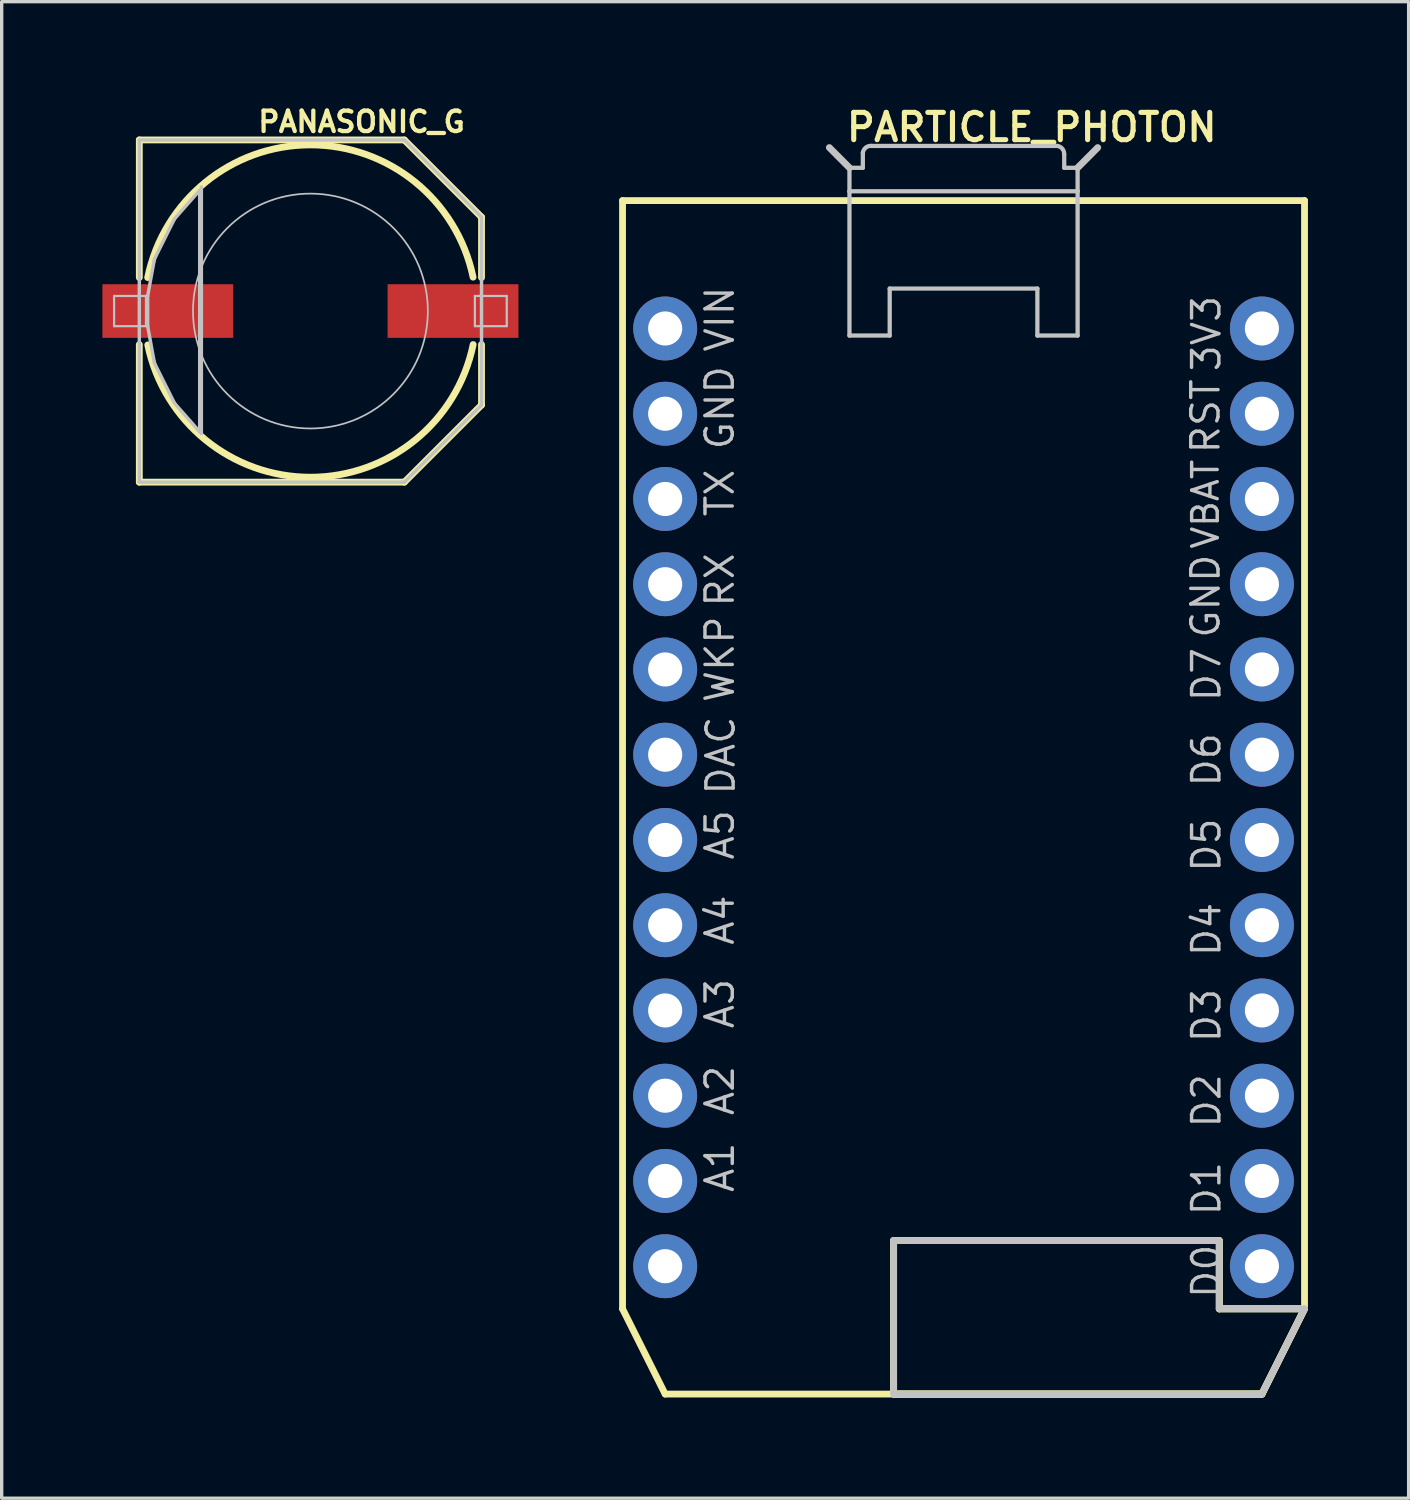
<source format=kicad_pcb>
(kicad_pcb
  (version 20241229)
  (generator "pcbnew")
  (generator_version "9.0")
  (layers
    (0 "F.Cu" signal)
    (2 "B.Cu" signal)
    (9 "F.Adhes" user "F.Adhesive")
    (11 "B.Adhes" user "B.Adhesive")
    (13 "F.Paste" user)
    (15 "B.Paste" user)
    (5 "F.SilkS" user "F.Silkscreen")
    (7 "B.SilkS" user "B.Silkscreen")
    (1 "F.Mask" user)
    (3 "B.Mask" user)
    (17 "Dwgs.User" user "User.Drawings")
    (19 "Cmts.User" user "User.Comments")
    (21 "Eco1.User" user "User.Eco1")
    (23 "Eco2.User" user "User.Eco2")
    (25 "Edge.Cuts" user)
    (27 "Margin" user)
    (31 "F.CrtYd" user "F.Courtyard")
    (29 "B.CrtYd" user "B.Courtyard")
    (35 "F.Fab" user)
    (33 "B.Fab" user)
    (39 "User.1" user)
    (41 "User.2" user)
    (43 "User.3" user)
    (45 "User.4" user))
  (footprint "PARTICLE_PHOTON"
    (layer "F.Cu")
    (at 25.659 20.707)
    (property "Reference" "PARTICLE_PHOTON" (at 2.032 -19.964 0) (layer "F.SilkS") (effects (font (size 0.813 0.813) (thickness 0.152))))
    (attr exclude_from_pos_files exclude_from_bom)
    (fp_line (start -10.16 -17.78) (end 10.16 -17.78) (stroke (width 0.203) (type solid)) (layer "F.SilkS"))
    (fp_line (start -10.16 15.24) (end -10.16 -17.78) (stroke (width 0.203) (type solid)) (layer "F.SilkS"))
    (fp_line (start -8.89 17.78) (end -10.16 15.24) (stroke (width 0.203) (type solid)) (layer "F.SilkS"))
    (fp_line (start -2.083 13.208) (end -2.083 17.78) (stroke (width 0.203) (type solid)) (layer "F.SilkS"))
    (fp_line (start -2.083 13.208) (end -2.083 17.78) (stroke (width 0.203) (type solid)) (layer "F.SilkS"))
    (fp_line (start -2.083 17.78) (end 8.89 17.78) (stroke (width 0.203) (type solid)) (layer "F.SilkS"))
    (fp_line (start -2.083 17.78) (end 8.89 17.78) (stroke (width 0.203) (type solid)) (layer "F.SilkS"))
    (fp_line (start 7.62 13.208) (end -2.083 13.208) (stroke (width 0.203) (type solid)) (layer "F.SilkS"))
    (fp_line (start 7.62 13.208) (end -2.083 13.208) (stroke (width 0.203) (type solid)) (layer "F.SilkS"))
    (fp_line (start 7.62 15.24) (end 7.62 13.208) (stroke (width 0.203) (type solid)) (layer "F.SilkS"))
    (fp_line (start 7.62 15.24) (end 7.62 13.208) (stroke (width 0.203) (type solid)) (layer "F.SilkS"))
    (fp_line (start 8.89 17.78) (end -8.89 17.78) (stroke (width 0.203) (type solid)) (layer "F.SilkS"))
    (fp_line (start 8.89 17.78) (end 10.16 15.24) (stroke (width 0.203) (type solid)) (layer "F.SilkS"))
    (fp_line (start 8.89 17.78) (end 10.16 15.24) (stroke (width 0.203) (type solid)) (layer "F.SilkS"))
    (fp_line (start 10.16 -17.78) (end 10.16 15.24) (stroke (width 0.203) (type solid)) (layer "F.SilkS"))
    (fp_line (start 10.16 15.24) (end 7.62 15.24) (stroke (width 0.203) (type solid)) (layer "F.SilkS"))
    (fp_line (start 10.16 15.24) (end 7.62 15.24) (stroke (width 0.203) (type solid)) (layer "F.SilkS"))
    (fp_line (start 10.16 15.24) (end 8.89 17.78) (stroke (width 0.203) (type solid)) (layer "F.SilkS"))
    (fp_line (start -3.399 -18.758) (end -3.998 -19.36) (stroke (width 0.203) (type solid)) (layer "Dwgs.User"))
    (fp_line (start -3.399 -18.059) (end -3.399 -18.758) (stroke (width 0.127) (type solid)) (layer "Dwgs.User"))
    (fp_line (start -3.399 -13.759) (end -3.399 -18.059) (stroke (width 0.127) (type solid)) (layer "Dwgs.User"))
    (fp_line (start -3.399 -13.759) (end -2.2 -13.759) (stroke (width 0.127) (type solid)) (layer "Dwgs.User"))
    (fp_line (start -3 -19.207) (end -3 -18.758) (stroke (width 0.127) (type solid)) (layer "Dwgs.User"))
    (fp_line (start -3 -18.758) (end -3.399 -18.758) (stroke (width 0.127) (type solid)) (layer "Dwgs.User"))
    (fp_line (start -2.2 -15.159) (end -2.2 -13.759) (stroke (width 0.127) (type solid)) (layer "Dwgs.User"))
    (fp_line (start -2.083 13.208) (end -2.083 17.78) (stroke (width 0.203) (type solid)) (layer "Dwgs.User"))
    (fp_line (start -2.083 17.78) (end 8.89 17.78) (stroke (width 0.203) (type solid)) (layer "Dwgs.User"))
    (fp_line (start 2.2 -15.159) (end -2.2 -15.159) (stroke (width 0.127) (type solid)) (layer "Dwgs.User"))
    (fp_line (start 2.2 -15.159) (end 2.2 -13.759) (stroke (width 0.127) (type solid)) (layer "Dwgs.User"))
    (fp_line (start 2.799 -19.408) (end -2.748 -19.408) (stroke (width 0.127) (type solid)) (layer "Dwgs.User"))
    (fp_line (start 3 -18.758) (end 3 -19.159) (stroke (width 0.127) (type solid)) (layer "Dwgs.User"))
    (fp_line (start 3.399 -18.758) (end 3 -18.758) (stroke (width 0.127) (type solid)) (layer "Dwgs.User"))
    (fp_line (start 3.399 -18.758) (end 3.399 -18.059) (stroke (width 0.127) (type solid)) (layer "Dwgs.User"))
    (fp_line (start 3.399 -18.758) (end 3.998 -19.36) (stroke (width 0.203) (type solid)) (layer "Dwgs.User"))
    (fp_line (start 3.399 -18.059) (end -3.399 -18.059) (stroke (width 0.127) (type solid)) (layer "Dwgs.User"))
    (fp_line (start 3.399 -18.059) (end 3.399 -13.759) (stroke (width 0.127) (type solid)) (layer "Dwgs.User"))
    (fp_line (start 3.399 -13.759) (end 2.2 -13.759) (stroke (width 0.127) (type solid)) (layer "Dwgs.User"))
    (fp_line (start 7.62 13.208) (end -2.083 13.208) (stroke (width 0.203) (type solid)) (layer "Dwgs.User"))
    (fp_line (start 7.62 15.24) (end 7.62 13.208) (stroke (width 0.203) (type solid)) (layer "Dwgs.User"))
    (fp_line (start 10.16 15.24) (end 7.62 15.24) (stroke (width 0.203) (type solid)) (layer "Dwgs.User"))
    (fp_line (start 10.16 15.24) (end 8.89 17.78) (stroke (width 0.203) (type solid)) (layer "Dwgs.User"))
    (fp_arc (start -2.99974 -19.20748) (mid -2.914465 -19.357069) (end -2.750764 -19.410461) (stroke (width 0.127) (type solid)) (layer "Dwgs.User"))
    (fp_arc (start 2.79908 -19.40814) (mid 2.946301 -19.321817) (end 2.997236 -19.158933) (stroke (width 0.127) (type solid)) (layer "Dwgs.User"))
    (fp_text user "D7" (at 7.236 -3.658 270) (layer "Dwgs.User") (effects (font (size 0.813 0.813) (thickness 0.102))))
    (fp_text user "D4" (at 7.236 3.937 270) (layer "Dwgs.User") (effects (font (size 0.813 0.813) (thickness 0.102))))
    (fp_text user "GND" (at 7.211 -5.994 270) (layer "Dwgs.User") (effects (font (size 0.813 0.813) (thickness 0.102))))
    (fp_text user "A4" (at -7.262 3.658 90) (layer "Dwgs.User") (effects (font (size 0.813 0.813) (thickness 0.102))))
    (fp_text user "TX" (at -7.262 -9.068 90) (layer "Dwgs.User") (effects (font (size 0.813 0.813) (thickness 0.102))))
    (fp_text user "VIN" (at -7.262 -14.249 90) (layer "Dwgs.User") (effects (font (size 0.813 0.813) (thickness 0.102))))
    (fp_text user "A5" (at -7.262 1.118 90) (layer "Dwgs.User") (effects (font (size 0.813 0.813) (thickness 0.102))))
    (fp_text user "D1" (at 7.236 11.659 270) (layer "Dwgs.User") (effects (font (size 0.813 0.813) (thickness 0.102))))
    (fp_text user "3V3" (at 7.236 -13.818 270) (layer "Dwgs.User") (effects (font (size 0.813 0.813) (thickness 0.102))))
    (fp_text user "D5" (at 7.236 1.422 270) (layer "Dwgs.User") (effects (font (size 0.813 0.813) (thickness 0.102))))
    (fp_text user "A3" (at -7.262 6.147 90) (layer "Dwgs.User") (effects (font (size 0.813 0.813) (thickness 0.102))))
    (fp_text user "D2" (at 7.236 9.042 270) (layer "Dwgs.User") (effects (font (size 0.813 0.813) (thickness 0.102))))
    (fp_text user "A2" (at -7.262 8.735 90) (layer "Dwgs.User") (effects (font (size 0.813 0.813) (thickness 0.102))))
    (fp_text user "A1" (at -7.262 11.024 90) (layer "Dwgs.User") (effects (font (size 0.813 0.813) (thickness 0.102))))
    (fp_text user "D6" (at 7.236 -1.118 270) (layer "Dwgs.User") (effects (font (size 0.813 0.813) (thickness 0.102))))
    (fp_text user "RST" (at 7.211 -11.354 270) (layer "Dwgs.User") (effects (font (size 0.813 0.813) (thickness 0.102))))
    (fp_text user "D3" (at 7.236 6.502 270) (layer "Dwgs.User") (effects (font (size 0.813 0.813) (thickness 0.102))))
    (fp_text user "VBAT" (at 7.211 -8.735 270) (layer "Dwgs.User") (effects (font (size 0.762 0.762) (thickness 0.102))))
    (fp_text user "D0" (at 7.236 14.122 270) (layer "Dwgs.User") (effects (font (size 0.813 0.813) (thickness 0.102))))
    (fp_text user "RX" (at -7.262 -6.477 90) (layer "Dwgs.User") (effects (font (size 0.813 0.813) (thickness 0.102))))
    (fp_text user "GND" (at -7.262 -11.608 90) (layer "Dwgs.User") (effects (font (size 0.813 0.813) (thickness 0.102))))
    (fp_text user "WKP" (at -7.262 -4.115 90) (layer "Dwgs.User") (effects (font (size 0.813 0.813) (thickness 0.102))))
    (fp_text user "DAC" (at -7.236 -1.245 90) (layer "Dwgs.User") (effects (font (size 0.813 0.813) (thickness 0.102))))
    (pad "1" thru_hole circle (at -8.89 -13.97) (size 1.905 1.905) (drill 1.016) (layers "*.Cu" "*.Paste" "*.Mask"))
    (pad "2" thru_hole circle (at -8.89 -11.43) (size 1.905 1.905) (drill 1.016) (layers "*.Cu" "*.Paste" "*.Mask"))
    (pad "3" thru_hole circle (at -8.89 -8.89) (size 1.905 1.905) (drill 1.016) (layers "*.Cu" "*.Paste" "*.Mask"))
    (pad "4" thru_hole circle (at -8.89 -6.35) (size 1.905 1.905) (drill 1.016) (layers "*.Cu" "*.Paste" "*.Mask"))
    (pad "5" thru_hole circle (at -8.89 -3.81) (size 1.905 1.905) (drill 1.016) (layers "*.Cu" "*.Paste" "*.Mask"))
    (pad "6" thru_hole circle (at -8.89 -1.27) (size 1.905 1.905) (drill 1.016) (layers "*.Cu" "*.Paste" "*.Mask"))
    (pad "7" thru_hole circle (at -8.89 1.27) (size 1.905 1.905) (drill 1.016) (layers "*.Cu" "*.Paste" "*.Mask"))
    (pad "8" thru_hole circle (at -8.89 3.81) (size 1.905 1.905) (drill 1.016) (layers "*.Cu" "*.Paste" "*.Mask"))
    (pad "9" thru_hole circle (at -8.89 6.35) (size 1.905 1.905) (drill 1.016) (layers "*.Cu" "*.Paste" "*.Mask"))
    (pad "10" thru_hole circle (at -8.89 8.89) (size 1.905 1.905) (drill 1.016) (layers "*.Cu" "*.Paste" "*.Mask"))
    (pad "11" thru_hole circle (at -8.89 11.43) (size 1.905 1.905) (drill 1.016) (layers "*.Cu" "*.Paste" "*.Mask"))
    (pad "12" thru_hole circle (at -8.89 13.97) (size 1.905 1.905) (drill 1.016) (layers "*.Cu" "*.Paste" "*.Mask"))
    (pad "13" thru_hole circle (at 8.89 13.97) (size 1.905 1.905) (drill 1.016) (layers "*.Cu" "*.Paste" "*.Mask"))
    (pad "14" thru_hole circle (at 8.89 11.43) (size 1.905 1.905) (drill 1.016) (layers "*.Cu" "*.Paste" "*.Mask"))
    (pad "15" thru_hole circle (at 8.89 8.89) (size 1.905 1.905) (drill 1.016) (layers "*.Cu" "*.Paste" "*.Mask"))
    (pad "16" thru_hole circle (at 8.89 6.35) (size 1.905 1.905) (drill 1.016) (layers "*.Cu" "*.Paste" "*.Mask"))
    (pad "17" thru_hole circle (at 8.89 3.81) (size 1.905 1.905) (drill 1.016) (layers "*.Cu" "*.Paste" "*.Mask"))
    (pad "18" thru_hole circle (at 8.89 1.27) (size 1.905 1.905) (drill 1.016) (layers "*.Cu" "*.Paste" "*.Mask"))
    (pad "19" thru_hole circle (at 8.89 -1.27) (size 1.905 1.905) (drill 1.016) (layers "*.Cu" "*.Paste" "*.Mask"))
    (pad "20" thru_hole circle (at 8.89 -3.81) (size 1.905 1.905) (drill 1.016) (layers "*.Cu" "*.Paste" "*.Mask"))
    (pad "21" thru_hole circle (at 8.89 -6.35) (size 1.905 1.905) (drill 1.016) (layers "*.Cu" "*.Paste" "*.Mask"))
    (pad "22" thru_hole circle (at 8.89 -8.89) (size 1.905 1.905) (drill 1.016) (layers "*.Cu" "*.Paste" "*.Mask"))
    (pad "23" thru_hole circle (at 8.89 -11.43) (size 1.905 1.905) (drill 1.016) (layers "*.Cu" "*.Paste" "*.Mask"))
    (pad "24" thru_hole circle (at 8.89 -13.97) (size 1.905 1.905) (drill 1.016) (layers "*.Cu" "*.Paste" "*.Mask")))
  (footprint "PANASONIC_G"
    (layer "F.Cu")
    (at 6.199 6.218)
    (property "Reference" "PANASONIC_G" (at 1.524 -5.639 0) (layer "F.SilkS") (effects (font (size 0.61 0.61) (thickness 0.127))))
    (attr smd)
    (fp_line (start -5.098 -5.098) (end 2.799 -5.098) (stroke (width 0.203) (type solid)) (layer "F.SilkS"))
    (fp_line (start -5.098 -0.998) (end -5.098 -5.098) (stroke (width 0.203) (type solid)) (layer "F.SilkS"))
    (fp_line (start -5.098 5.098) (end -5.098 0.998) (stroke (width 0.203) (type solid)) (layer "F.SilkS"))
    (fp_line (start 2.799 -5.098) (end 5.098 -2.799) (stroke (width 0.203) (type solid)) (layer "F.SilkS"))
    (fp_line (start 2.799 5.098) (end -5.098 5.098) (stroke (width 0.203) (type solid)) (layer "F.SilkS"))
    (fp_line (start 5.098 -2.799) (end 5.098 -0.998) (stroke (width 0.203) (type solid)) (layer "F.SilkS"))
    (fp_line (start 5.098 0.998) (end 5.098 2.799) (stroke (width 0.203) (type solid)) (layer "F.SilkS"))
    (fp_line (start 5.098 2.799) (end 2.799 5.098) (stroke (width 0.203) (type solid)) (layer "F.SilkS"))
    (fp_arc (start -4.84886 -0.99822) (mid -0.005807 -4.950541) (end 4.846505 -1.009593) (stroke (width 0.2032) (type solid)) (layer "F.SilkS"))
    (fp_arc (start 4.84886 0.99822) (mid 0.005807 4.950541) (end -4.846505 1.009593) (stroke (width 0.2032) (type solid)) (layer "F.SilkS"))
    (fp_line (start -5.85 -0.45) (end -4.9 -0.45) (stroke (width 0.066) (type solid)) (layer "Dwgs.User"))
    (fp_line (start -5.85 0.45) (end -5.85 -0.45) (stroke (width 0.066) (type solid)) (layer "Dwgs.User"))
    (fp_line (start -5.85 0.45) (end -4.9 0.45) (stroke (width 0.066) (type solid)) (layer "Dwgs.User"))
    (fp_line (start -5.098 -5.098) (end 2.799 -5.098) (stroke (width 0.102) (type solid)) (layer "Dwgs.User"))
    (fp_line (start -5.098 5.098) (end -5.098 -5.098) (stroke (width 0.102) (type solid)) (layer "Dwgs.User"))
    (fp_line (start -4.9 0.45) (end -4.9 -0.45) (stroke (width 0.066) (type solid)) (layer "Dwgs.User"))
    (fp_line (start -4.849 -0.45) (end -4.849 0.45) (stroke (width 0.102) (type solid)) (layer "Dwgs.User"))
    (fp_line (start -4.849 0.45) (end -4.648 1.549) (stroke (width 0.102) (type solid)) (layer "Dwgs.User"))
    (fp_line (start -4.648 -1.549) (end -4.849 -0.45) (stroke (width 0.102) (type solid)) (layer "Dwgs.User"))
    (fp_line (start -4.648 1.549) (end -4.049 2.748) (stroke (width 0.102) (type solid)) (layer "Dwgs.User"))
    (fp_line (start -4.049 -2.748) (end -4.648 -1.549) (stroke (width 0.102) (type solid)) (layer "Dwgs.User"))
    (fp_line (start -4.049 2.748) (end -3.299 3.599) (stroke (width 0.102) (type solid)) (layer "Dwgs.User"))
    (fp_line (start -3.299 -3.599) (end -4.049 -2.748) (stroke (width 0.102) (type solid)) (layer "Dwgs.User"))
    (fp_line (start -3.299 -3.548) (end -3.299 -3.599) (stroke (width 0.102) (type solid)) (layer "Dwgs.User"))
    (fp_line (start -3.299 3.599) (end -3.299 -3.548) (stroke (width 0.102) (type solid)) (layer "Dwgs.User"))
    (fp_line (start -3.249 -3.698) (end -3.249 3.65) (stroke (width 0.102) (type solid)) (layer "Dwgs.User"))
    (fp_line (start 2.799 -5.098) (end 5.098 -2.799) (stroke (width 0.102) (type solid)) (layer "Dwgs.User"))
    (fp_line (start 2.799 5.098) (end -5.098 5.098) (stroke (width 0.102) (type solid)) (layer "Dwgs.User"))
    (fp_line (start 4.9 -0.45) (end 5.85 -0.45) (stroke (width 0.066) (type solid)) (layer "Dwgs.User"))
    (fp_line (start 4.9 0.45) (end 4.9 -0.45) (stroke (width 0.066) (type solid)) (layer "Dwgs.User"))
    (fp_line (start 4.9 0.45) (end 5.85 0.45) (stroke (width 0.066) (type solid)) (layer "Dwgs.User"))
    (fp_line (start 5.098 -2.799) (end 5.098 2.799) (stroke (width 0.102) (type solid)) (layer "Dwgs.User"))
    (fp_line (start 5.098 2.799) (end 2.799 5.098) (stroke (width 0.102) (type solid)) (layer "Dwgs.User"))
    (fp_line (start 5.85 0.45) (end 5.85 -0.45) (stroke (width 0.066) (type solid)) (layer "Dwgs.User"))
    (fp_circle (center 0 0) (end -2.474 2.474) (stroke (width 0.051) (type solid)) (fill no) (layer "Dwgs.User"))
    (pad "+" smd rect (at 4.249 0) (size 3.899 1.598) (layers "F.Cu" "F.Mask" "F.Paste"))
    (pad "-" smd rect (at -4.249 0) (size 3.899 1.598) (layers "F.Cu" "F.Mask" "F.Paste")))
  (gr_rect
    (start -3 -3)
    (end 38.921 41.589)
    (stroke (width 0.1) (type default))
    (fill no)
    (layer "Edge.Cuts")))
</source>
